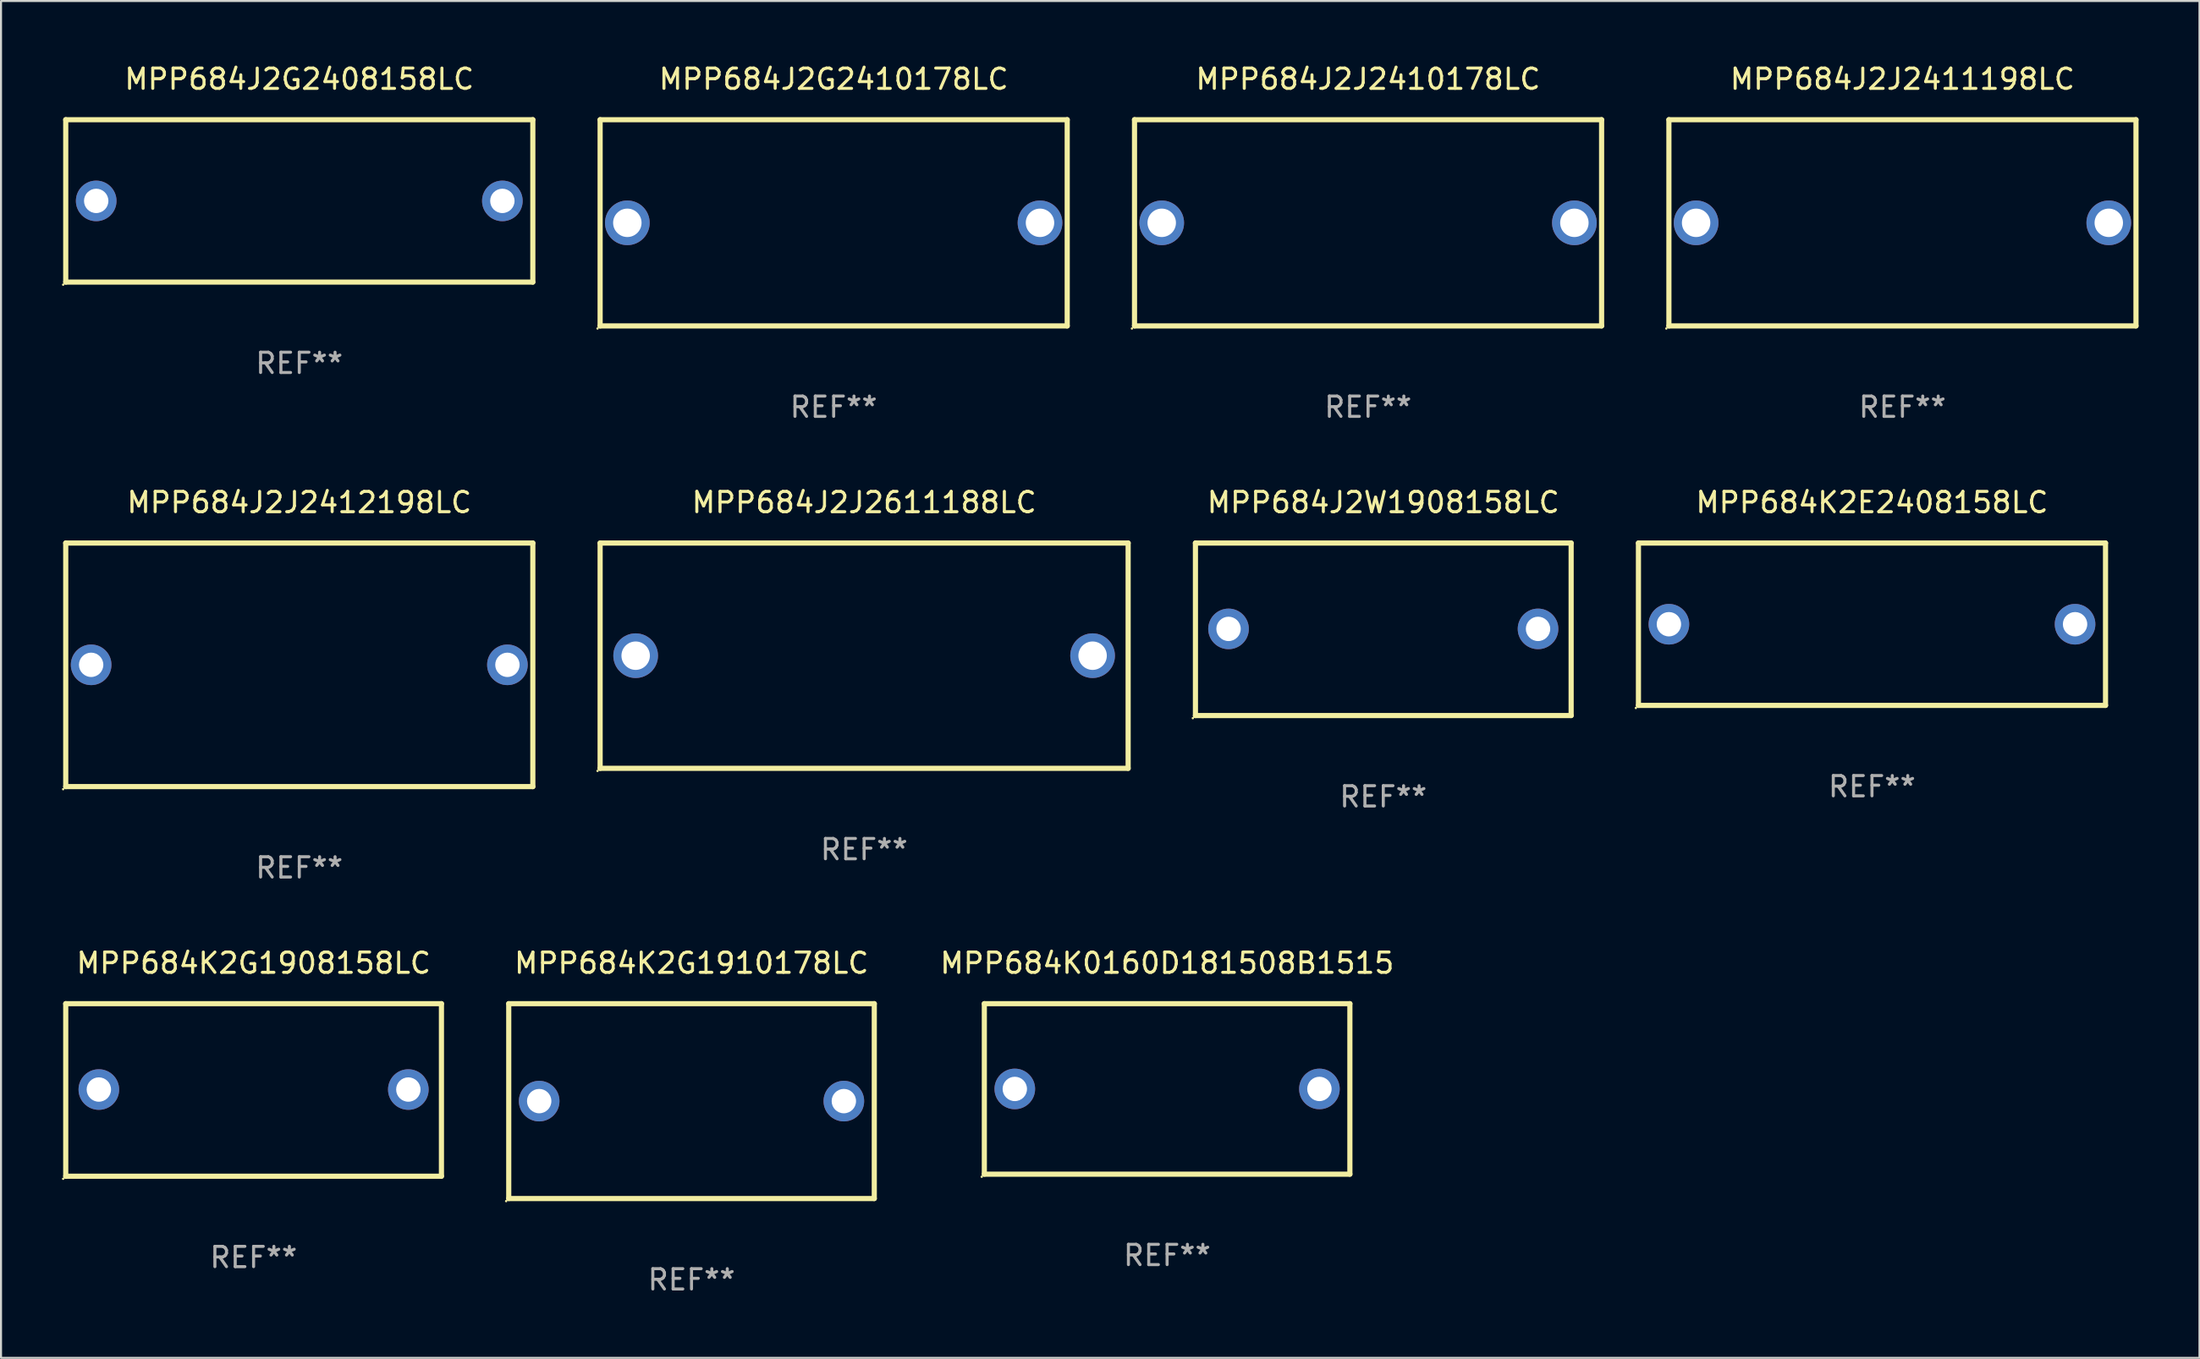
<source format=kicad_pcb>
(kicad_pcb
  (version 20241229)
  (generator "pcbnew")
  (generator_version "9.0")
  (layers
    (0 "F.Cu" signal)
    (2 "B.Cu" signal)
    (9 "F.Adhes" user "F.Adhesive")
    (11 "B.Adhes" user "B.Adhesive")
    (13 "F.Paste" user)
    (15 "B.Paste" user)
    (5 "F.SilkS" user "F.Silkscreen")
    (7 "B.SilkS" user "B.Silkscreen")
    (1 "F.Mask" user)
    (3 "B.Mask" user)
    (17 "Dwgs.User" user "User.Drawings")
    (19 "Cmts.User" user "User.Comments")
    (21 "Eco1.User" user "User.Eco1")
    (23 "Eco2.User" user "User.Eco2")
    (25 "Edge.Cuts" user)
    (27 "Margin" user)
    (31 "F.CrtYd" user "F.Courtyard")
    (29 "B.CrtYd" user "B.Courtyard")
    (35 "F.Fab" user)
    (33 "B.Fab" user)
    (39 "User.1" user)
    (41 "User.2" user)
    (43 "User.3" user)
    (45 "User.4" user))
  (footprint "MPP684K2G1908158LC"
    (layer "F.Cu")
    (at 9.437 50.651)
    (property "Reference" "MPP684K2G1908158LC" (at 0 -6.25 0) (layer "F.SilkS") (effects (font (size 1 1) (thickness 0.15))))
    (attr through_hole)
    (fp_line (start -9.25 -4.25) (end 9.25 -4.25) (stroke (width 0.254) (type solid)) (layer "F.SilkS"))
    (fp_line (start -9.25 4.25) (end -9.25 -4.25) (stroke (width 0.254) (type solid)) (layer "F.SilkS"))
    (fp_line (start 9.25 -4.25) (end 9.25 4.25) (stroke (width 0.254) (type solid)) (layer "F.SilkS"))
    (fp_line (start 9.25 4.25) (end -9.25 4.25) (stroke (width 0.254) (type solid)) (layer "F.SilkS"))
    (fp_circle (center -9.377 4.377) (end -9.347 4.377) (stroke (width 0.06) (type solid)) (fill no) (layer "F.SilkS"))
    (fp_text user "REF**" (at 0 8.25 0) (layer "F.Fab") (effects (font (size 1 1) (thickness 0.15))))
    (pad "1" thru_hole circle (at -7.62 -0.02) (size 2 2) (drill 1.2) (layers "*.Cu" "*.Mask"))
    (pad "2" thru_hole circle (at 7.62 -0.02) (size 2 2) (drill 1.2) (layers "*.Cu" "*.Mask")))
  (footprint "MPP684J2G2410178LC"
    (layer "F.Cu")
    (at 38.001 7.928)
    (property "Reference" "MPP684J2G2410178LC" (at 0 -7.08 0) (layer "F.SilkS") (effects (font (size 1 1) (thickness 0.15))))
    (attr through_hole)
    (fp_line (start -11.5 -5.08) (end -11.5 5.08) (stroke (width 0.254) (type solid)) (layer "F.SilkS"))
    (fp_line (start -11.5 -5.08) (end 11.5 -5.08) (stroke (width 0.254) (type solid)) (layer "F.SilkS"))
    (fp_line (start 11.5 5.08) (end -11.5 5.08) (stroke (width 0.254) (type solid)) (layer "F.SilkS"))
    (fp_line (start 11.5 5.08) (end 11.5 -5.08) (stroke (width 0.254) (type solid)) (layer "F.SilkS"))
    (fp_circle (center -11.627 5.207) (end -11.597 5.207) (stroke (width 0.06) (type solid)) (fill no) (layer "F.SilkS"))
    (fp_text user "REF**" (at 0 9.08 0) (layer "F.Fab") (effects (font (size 1 1) (thickness 0.15))))
    (pad "1" thru_hole circle (at -10.16 0) (size 2.2 2.2) (drill 1.4) (layers "*.Cu" "*.Mask"))
    (pad "2" thru_hole circle (at 10.16 0) (size 2.2 2.2) (drill 1.4) (layers "*.Cu" "*.Mask")))
  (footprint "MPP684K2E2408158LC"
    (layer "F.Cu")
    (at 89.129 27.705)
    (property "Reference" "MPP684K2E2408158LC" (at 0 -6 0) (layer "F.SilkS") (effects (font (size 1 1) (thickness 0.15))))
    (attr through_hole)
    (fp_line (start -11.5 -4) (end -11.5 4) (stroke (width 0.254) (type solid)) (layer "F.SilkS"))
    (fp_line (start -11.5 -4) (end 11.5 -4) (stroke (width 0.254) (type solid)) (layer "F.SilkS"))
    (fp_line (start -11.5 4) (end 11.5 4) (stroke (width 0.254) (type solid)) (layer "F.SilkS"))
    (fp_line (start 11.5 -4) (end 11.5 4) (stroke (width 0.254) (type solid)) (layer "F.SilkS"))
    (fp_circle (center -11.627 4.127) (end -11.597 4.127) (stroke (width 0.06) (type solid)) (fill no) (layer "F.SilkS"))
    (fp_text user "REF**" (at 0 8 0) (layer "F.Fab") (effects (font (size 1 1) (thickness 0.15))))
    (pad "1" thru_hole circle (at -10 0) (size 2 2) (drill 1.2) (layers "*.Cu" "*.Mask"))
    (pad "2" thru_hole circle (at 10 0) (size 2 2) (drill 1.2) (layers "*.Cu" "*.Mask")))
  (footprint "MPP684J2J2410178LC"
    (layer "F.Cu")
    (at 64.315 7.928)
    (property "Reference" "MPP684J2J2410178LC" (at 0 -7.08 0) (layer "F.SilkS") (effects (font (size 1 1) (thickness 0.15))))
    (attr through_hole)
    (fp_line (start -11.5 -5.08) (end -11.5 5.08) (stroke (width 0.254) (type solid)) (layer "F.SilkS"))
    (fp_line (start -11.5 -5.08) (end 11.5 -5.08) (stroke (width 0.254) (type solid)) (layer "F.SilkS"))
    (fp_line (start 11.5 5.08) (end -11.5 5.08) (stroke (width 0.254) (type solid)) (layer "F.SilkS"))
    (fp_line (start 11.5 5.08) (end 11.5 -5.08) (stroke (width 0.254) (type solid)) (layer "F.SilkS"))
    (fp_circle (center -11.627 5.207) (end -11.597 5.207) (stroke (width 0.06) (type solid)) (fill no) (layer "F.SilkS"))
    (fp_text user "REF**" (at 0 9.08 0) (layer "F.Fab") (effects (font (size 1 1) (thickness 0.15))))
    (pad "1" thru_hole circle (at -10.16 0) (size 2.2 2.2) (drill 1.4) (layers "*.Cu" "*.Mask"))
    (pad "2" thru_hole circle (at 10.16 0) (size 2.2 2.2) (drill 1.4) (layers "*.Cu" "*.Mask")))
  (footprint "MPP684K2G1910178LC"
    (layer "F.Cu")
    (at 31.001 51.201)
    (property "Reference" "MPP684K2G1910178LC" (at 0 -6.8 0) (layer "F.SilkS") (effects (font (size 1 1) (thickness 0.15))))
    (attr through_hole)
    (fp_line (start -9 -4.8) (end 9 -4.8) (stroke (width 0.254) (type solid)) (layer "F.SilkS"))
    (fp_line (start -9 4.8) (end -9 -4.8) (stroke (width 0.254) (type solid)) (layer "F.SilkS"))
    (fp_line (start 9 -4.8) (end 9 4.8) (stroke (width 0.254) (type solid)) (layer "F.SilkS"))
    (fp_line (start 9 4.8) (end -9 4.8) (stroke (width 0.254) (type solid)) (layer "F.SilkS"))
    (fp_circle (center -9.127 4.927) (end -9.097 4.927) (stroke (width 0.06) (type solid)) (fill no) (layer "F.SilkS"))
    (fp_text user "REF**" (at 0 8.8 0) (layer "F.Fab") (effects (font (size 1 1) (thickness 0.15))))
    (pad "1" thru_hole circle (at -7.501 0) (size 2 2) (drill 1.2) (layers "*.Cu" "*.Mask"))
    (pad "2" thru_hole circle (at 7.501 0) (size 2 2) (drill 1.2) (layers "*.Cu" "*.Mask")))
  (footprint "MPP684J2J2611188LC"
    (layer "F.Cu")
    (at 39.501 29.255)
    (property "Reference" "MPP684J2J2611188LC" (at 0 -7.55 0) (layer "F.SilkS") (effects (font (size 1 1) (thickness 0.15))))
    (attr through_hole)
    (fp_line (start -13 -5.55) (end 13 -5.55) (stroke (width 0.254) (type solid)) (layer "F.SilkS"))
    (fp_line (start -13 5.55) (end -13 -5.55) (stroke (width 0.254) (type solid)) (layer "F.SilkS"))
    (fp_line (start 13 -5.55) (end 13 5.55) (stroke (width 0.254) (type solid)) (layer "F.SilkS"))
    (fp_line (start 13 5.55) (end -13 5.55) (stroke (width 0.254) (type solid)) (layer "F.SilkS"))
    (fp_circle (center -13.127 5.677) (end -13.097 5.677) (stroke (width 0.06) (type solid)) (fill no) (layer "F.SilkS"))
    (fp_text user "REF**" (at 0 9.55 0) (layer "F.Fab") (effects (font (size 1 1) (thickness 0.15))))
    (pad "1" thru_hole circle (at -11.25 0) (size 2.2 2.2) (drill 1.4) (layers "*.Cu" "*.Mask"))
    (pad "2" thru_hole circle (at 11.25 0) (size 2.2 2.2) (drill 1.4) (layers "*.Cu" "*.Mask")))
  (footprint "MPP684J2J2412198LC"
    (layer "F.Cu")
    (at 11.687 29.705)
    (property "Reference" "MPP684J2J2412198LC" (at 0 -8 0) (layer "F.SilkS") (effects (font (size 1 1) (thickness 0.15))))
    (attr through_hole)
    (fp_line (start -11.5 -6) (end 11.5 -6) (stroke (width 0.254) (type solid)) (layer "F.SilkS"))
    (fp_line (start -11.5 6) (end -11.5 -6) (stroke (width 0.254) (type solid)) (layer "F.SilkS"))
    (fp_line (start 11.5 -6) (end 11.5 6) (stroke (width 0.254) (type solid)) (layer "F.SilkS"))
    (fp_line (start 11.5 6) (end -11.5 6) (stroke (width 0.254) (type solid)) (layer "F.SilkS"))
    (fp_circle (center -11.627 6.127) (end -11.597 6.127) (stroke (width 0.06) (type solid)) (fill no) (layer "F.SilkS"))
    (fp_text user "REF**" (at 0 10 0) (layer "F.Fab") (effects (font (size 1 1) (thickness 0.15))))
    (pad "1" thru_hole circle (at -10.249 0) (size 2 2) (drill 1.2) (layers "*.Cu" "*.Mask"))
    (pad "2" thru_hole circle (at 10.249 0) (size 2 2) (drill 1.2) (layers "*.Cu" "*.Mask")))
  (footprint "MPP684K0160D181508B1515"
    (layer "F.Cu")
    (at 54.42 50.601)
    (property "Reference" "MPP684K0160D181508B1515" (at 0 -6.2 0) (layer "F.SilkS") (effects (font (size 1 1) (thickness 0.15))))
    (attr through_hole)
    (fp_line (start -9 -4.2) (end 9 -4.2) (stroke (width 0.254) (type solid)) (layer "F.SilkS"))
    (fp_line (start -9 4.2) (end -9 -4.2) (stroke (width 0.254) (type solid)) (layer "F.SilkS"))
    (fp_line (start 9 -4.2) (end 9 4.2) (stroke (width 0.254) (type solid)) (layer "F.SilkS"))
    (fp_line (start 9 4.2) (end -9 4.2) (stroke (width 0.254) (type solid)) (layer "F.SilkS"))
    (fp_circle (center -9.127 4.327) (end -9.097 4.327) (stroke (width 0.06) (type solid)) (fill no) (layer "F.SilkS"))
    (fp_text user "REF**" (at 0 8.2 0) (layer "F.Fab") (effects (font (size 1 1) (thickness 0.15))))
    (pad "1" thru_hole circle (at -7.5 0) (size 2 2) (drill 1.2) (layers "*.Cu" "*.Mask"))
    (pad "2" thru_hole circle (at 7.5 0) (size 2 2) (drill 1.2) (layers "*.Cu" "*.Mask")))
  (footprint "MPP684J2W1908158LC"
    (layer "F.Cu")
    (at 65.065 27.955)
    (property "Reference" "MPP684J2W1908158LC" (at 0 -6.25 0) (layer "F.SilkS") (effects (font (size 1 1) (thickness 0.15))))
    (attr through_hole)
    (fp_line (start -9.25 -4.25) (end 9.25 -4.25) (stroke (width 0.254) (type solid)) (layer "F.SilkS"))
    (fp_line (start -9.25 4.25) (end -9.25 -4.25) (stroke (width 0.254) (type solid)) (layer "F.SilkS"))
    (fp_line (start 9.25 -4.25) (end 9.25 4.25) (stroke (width 0.254) (type solid)) (layer "F.SilkS"))
    (fp_line (start 9.25 4.25) (end -9.25 4.25) (stroke (width 0.254) (type solid)) (layer "F.SilkS"))
    (fp_circle (center -9.377 4.377) (end -9.347 4.377) (stroke (width 0.06) (type solid)) (fill no) (layer "F.SilkS"))
    (fp_text user "REF**" (at 0 8.25 0) (layer "F.Fab") (effects (font (size 1 1) (thickness 0.15))))
    (pad "1" thru_hole circle (at -7.62 -0.02) (size 2 2) (drill 1.2) (layers "*.Cu" "*.Mask"))
    (pad "2" thru_hole circle (at 7.62 -0.02) (size 2 2) (drill 1.2) (layers "*.Cu" "*.Mask")))
  (footprint "MPP684J2J2411198LC"
    (layer "F.Cu")
    (at 90.629 7.928)
    (property "Reference" "MPP684J2J2411198LC" (at 0 -7.08 0) (layer "F.SilkS") (effects (font (size 1 1) (thickness 0.15))))
    (attr through_hole)
    (fp_line (start -11.5 -5.08) (end -11.5 5.08) (stroke (width 0.254) (type solid)) (layer "F.SilkS"))
    (fp_line (start -11.5 -5.08) (end 11.5 -5.08) (stroke (width 0.254) (type solid)) (layer "F.SilkS"))
    (fp_line (start 11.5 5.08) (end -11.5 5.08) (stroke (width 0.254) (type solid)) (layer "F.SilkS"))
    (fp_line (start 11.5 5.08) (end 11.5 -5.08) (stroke (width 0.254) (type solid)) (layer "F.SilkS"))
    (fp_circle (center -11.627 5.207) (end -11.597 5.207) (stroke (width 0.06) (type solid)) (fill no) (layer "F.SilkS"))
    (fp_text user "REF**" (at 0 9.08 0) (layer "F.Fab") (effects (font (size 1 1) (thickness 0.15))))
    (pad "1" thru_hole circle (at -10.16 0) (size 2.2 2.2) (drill 1.4) (layers "*.Cu" "*.Mask"))
    (pad "2" thru_hole circle (at 10.16 0) (size 2.2 2.2) (drill 1.4) (layers "*.Cu" "*.Mask")))
  (footprint "MPP684J2G2408158LC"
    (layer "F.Cu")
    (at 11.687 6.848)
    (property "Reference" "MPP684J2G2408158LC" (at 0 -6 0) (layer "F.SilkS") (effects (font (size 1 1) (thickness 0.15))))
    (attr through_hole)
    (fp_line (start -11.5 -4) (end -11.5 4) (stroke (width 0.254) (type solid)) (layer "F.SilkS"))
    (fp_line (start -11.5 -4) (end 11.5 -4) (stroke (width 0.254) (type solid)) (layer "F.SilkS"))
    (fp_line (start -11.5 4) (end 11.5 4) (stroke (width 0.254) (type solid)) (layer "F.SilkS"))
    (fp_line (start 11.5 -4) (end 11.5 4) (stroke (width 0.254) (type solid)) (layer "F.SilkS"))
    (fp_circle (center -11.627 4.127) (end -11.597 4.127) (stroke (width 0.06) (type solid)) (fill no) (layer "F.SilkS"))
    (fp_text user "REF**" (at 0 8 0) (layer "F.Fab") (effects (font (size 1 1) (thickness 0.15))))
    (pad "1" thru_hole circle (at -10 0) (size 2 2) (drill 1.2) (layers "*.Cu" "*.Mask"))
    (pad "2" thru_hole circle (at 10 0) (size 2 2) (drill 1.2) (layers "*.Cu" "*.Mask")))
  (gr_rect
    (start -3 -3)
    (end 105.256 63.85)
    (stroke (width 0.1) (type default))
    (fill no)
    (layer "Edge.Cuts")))
</source>
